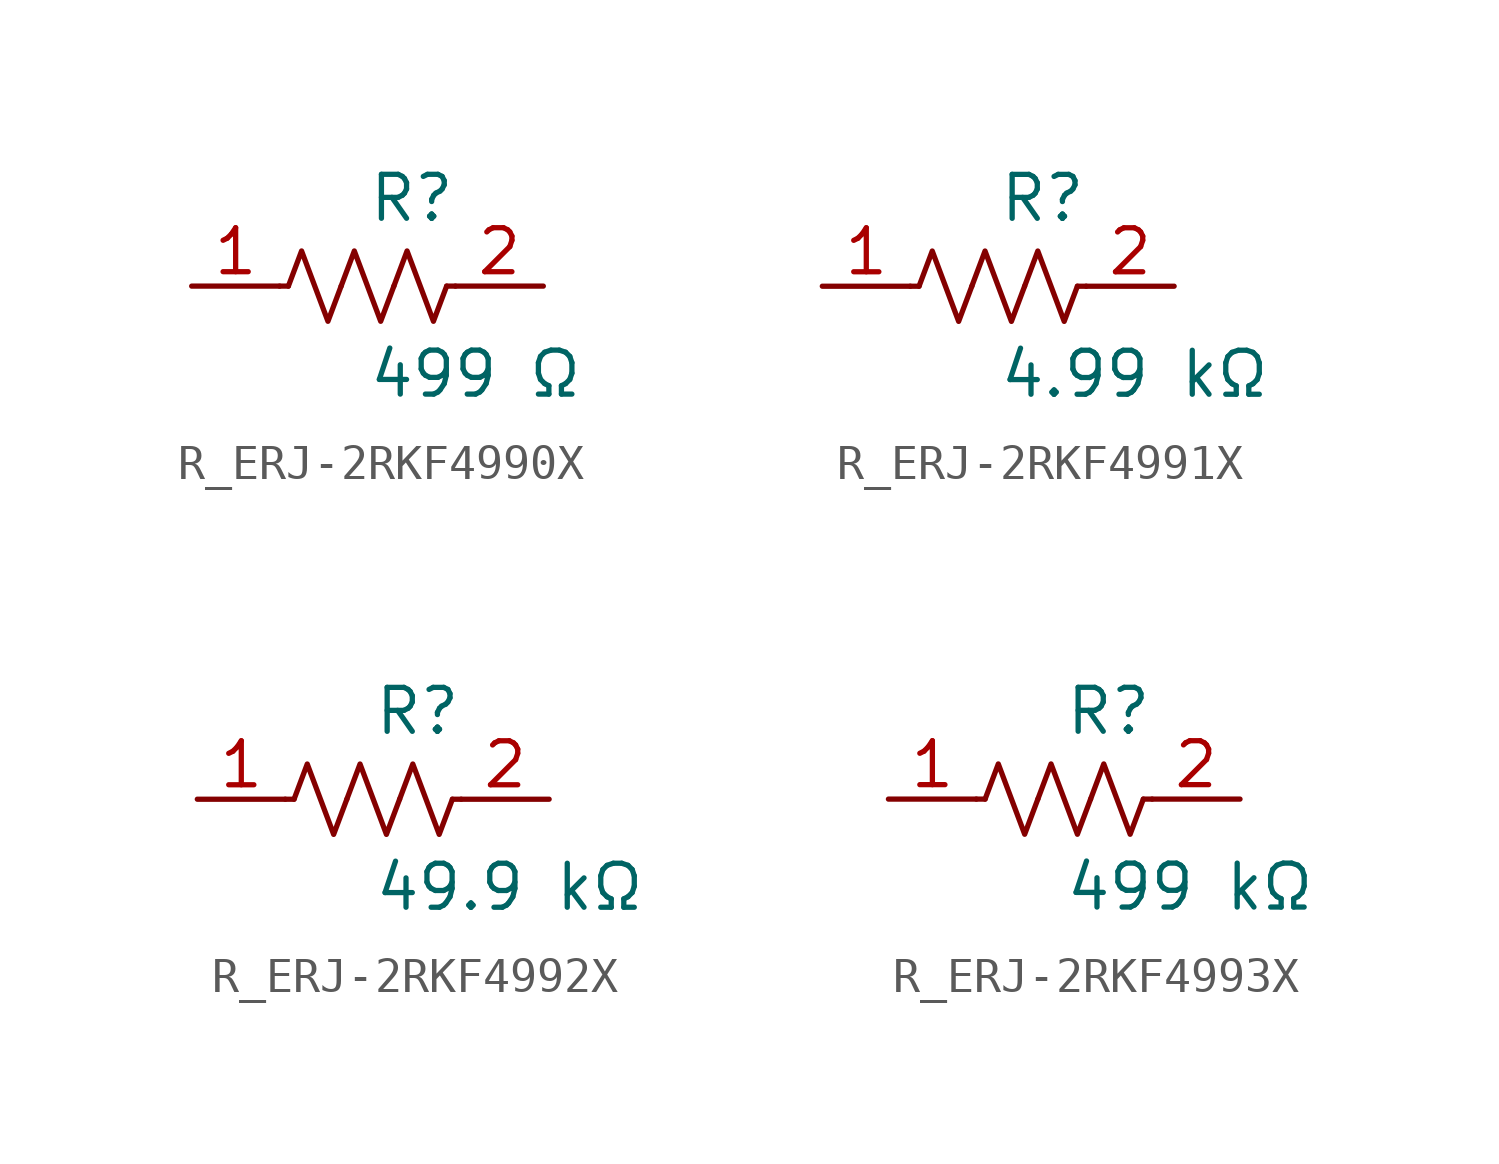
<source format=kicad_sym>
(kicad_symbol_lib
  (version 20231120)
  (generator kicad_symbol_editor)
  (generator_version 8.0)
  (symbol "R_ERJ-2RKF4990X"
    (pin_names
      (offset 0.254))
    (property "Reference" "R"
      (at 0 2.54 0)
      (effects (font (size 1.27 1.27)) (justify left)))
    (property "Value" "499 Ω"
      (at 0 -2.54 0)
      (effects (font (size 1.27 1.27)) (justify left)))
    (symbol "R_ERJ-2RKF4990X_0_1"
      (polyline (pts (xy 2.286 0) (xy 2.54 0)) (stroke (width 0) (type default)) (fill (type none)))
      (polyline (pts (xy -2.286 0) (xy -2.54 0)) (stroke (width 0) (type default)) (fill (type none)))
      (polyline (pts (xy 0.762 0) (xy 1.143 1.016) (xy 1.524 0) (xy 1.905 -1.016) (xy 2.286 0)) (stroke (width 0) (type default)) (fill (type none)))
      (polyline (pts (xy -0.762 0) (xy -0.381 1.016) (xy 0 0) (xy 0.381 -1.016) (xy 0.762 0)) (stroke (width 0) (type default)) (fill (type none)))
      (polyline (pts (xy -2.286 0) (xy -1.905 1.016) (xy -1.524 0) (xy -1.143 -1.016) (xy -0.762 0)) (stroke (width 0) (type default)) (fill (type none))))
    (pin unspecified line
      (at -5.08 0 0)
      (length 2.54)
      (name "" (effects (font (size 1.27 1.27))))
      (number "1" (effects (font (size 1.27 1.27)))))
    (pin unspecified line
      (at 5.08 0 180)
      (length 2.54)
      (name "" (effects (font (size 1.27 1.27))))
      (number "2" (effects (font (size 1.27 1.27))))))
  (symbol "R_ERJ-2RKF4991X"
    (pin_names
      (offset 0.254))
    (property "Reference" "R"
      (at 0 2.54 0)
      (effects (font (size 1.27 1.27)) (justify left)))
    (property "Value" "4.99 kΩ"
      (at 0 -2.54 0)
      (effects (font (size 1.27 1.27)) (justify left)))
    (symbol "R_ERJ-2RKF4991X_0_1"
      (polyline (pts (xy 2.286 0) (xy 2.54 0)) (stroke (width 0) (type default)) (fill (type none)))
      (polyline (pts (xy -2.286 0) (xy -2.54 0)) (stroke (width 0) (type default)) (fill (type none)))
      (polyline (pts (xy 0.762 0) (xy 1.143 1.016) (xy 1.524 0) (xy 1.905 -1.016) (xy 2.286 0)) (stroke (width 0) (type default)) (fill (type none)))
      (polyline (pts (xy -0.762 0) (xy -0.381 1.016) (xy 0 0) (xy 0.381 -1.016) (xy 0.762 0)) (stroke (width 0) (type default)) (fill (type none)))
      (polyline (pts (xy -2.286 0) (xy -1.905 1.016) (xy -1.524 0) (xy -1.143 -1.016) (xy -0.762 0)) (stroke (width 0) (type default)) (fill (type none))))
    (pin unspecified line
      (at -5.08 0 0)
      (length 2.54)
      (name "" (effects (font (size 1.27 1.27))))
      (number "1" (effects (font (size 1.27 1.27)))))
    (pin unspecified line
      (at 5.08 0 180)
      (length 2.54)
      (name "" (effects (font (size 1.27 1.27))))
      (number "2" (effects (font (size 1.27 1.27))))))
  (symbol "R_ERJ-2RKF4992X"
    (pin_names
      (offset 0.254))
    (property "Reference" "R"
      (at 0 2.54 0)
      (effects (font (size 1.27 1.27)) (justify left)))
    (property "Value" "49.9 kΩ"
      (at 0 -2.54 0)
      (effects (font (size 1.27 1.27)) (justify left)))
    (symbol "R_ERJ-2RKF4992X_0_1"
      (polyline (pts (xy 2.286 0) (xy 2.54 0)) (stroke (width 0) (type default)) (fill (type none)))
      (polyline (pts (xy -2.286 0) (xy -2.54 0)) (stroke (width 0) (type default)) (fill (type none)))
      (polyline (pts (xy 0.762 0) (xy 1.143 1.016) (xy 1.524 0) (xy 1.905 -1.016) (xy 2.286 0)) (stroke (width 0) (type default)) (fill (type none)))
      (polyline (pts (xy -0.762 0) (xy -0.381 1.016) (xy 0 0) (xy 0.381 -1.016) (xy 0.762 0)) (stroke (width 0) (type default)) (fill (type none)))
      (polyline (pts (xy -2.286 0) (xy -1.905 1.016) (xy -1.524 0) (xy -1.143 -1.016) (xy -0.762 0)) (stroke (width 0) (type default)) (fill (type none))))
    (pin unspecified line
      (at -5.08 0 0)
      (length 2.54)
      (name "" (effects (font (size 1.27 1.27))))
      (number "1" (effects (font (size 1.27 1.27)))))
    (pin unspecified line
      (at 5.08 0 180)
      (length 2.54)
      (name "" (effects (font (size 1.27 1.27))))
      (number "2" (effects (font (size 1.27 1.27))))))
  (symbol "R_ERJ-2RKF4993X"
    (pin_names
      (offset 0.254))
    (property "Reference" "R"
      (at 0 2.54 0)
      (effects (font (size 1.27 1.27)) (justify left)))
    (property "Value" "499 kΩ"
      (at 0 -2.54 0)
      (effects (font (size 1.27 1.27)) (justify left)))
    (symbol "R_ERJ-2RKF4993X_0_1"
      (polyline (pts (xy 2.286 0) (xy 2.54 0)) (stroke (width 0) (type default)) (fill (type none)))
      (polyline (pts (xy -2.286 0) (xy -2.54 0)) (stroke (width 0) (type default)) (fill (type none)))
      (polyline (pts (xy 0.762 0) (xy 1.143 1.016) (xy 1.524 0) (xy 1.905 -1.016) (xy 2.286 0)) (stroke (width 0) (type default)) (fill (type none)))
      (polyline (pts (xy -0.762 0) (xy -0.381 1.016) (xy 0 0) (xy 0.381 -1.016) (xy 0.762 0)) (stroke (width 0) (type default)) (fill (type none)))
      (polyline (pts (xy -2.286 0) (xy -1.905 1.016) (xy -1.524 0) (xy -1.143 -1.016) (xy -0.762 0)) (stroke (width 0) (type default)) (fill (type none))))
    (pin unspecified line
      (at -5.08 0 0)
      (length 2.54)
      (name "" (effects (font (size 1.27 1.27))))
      (number "1" (effects (font (size 1.27 1.27)))))
    (pin unspecified line
      (at 5.08 0 180)
      (length 2.54)
      (name "" (effects (font (size 1.27 1.27))))
      (number "2" (effects (font (size 1.27 1.27)))))))
</source>
